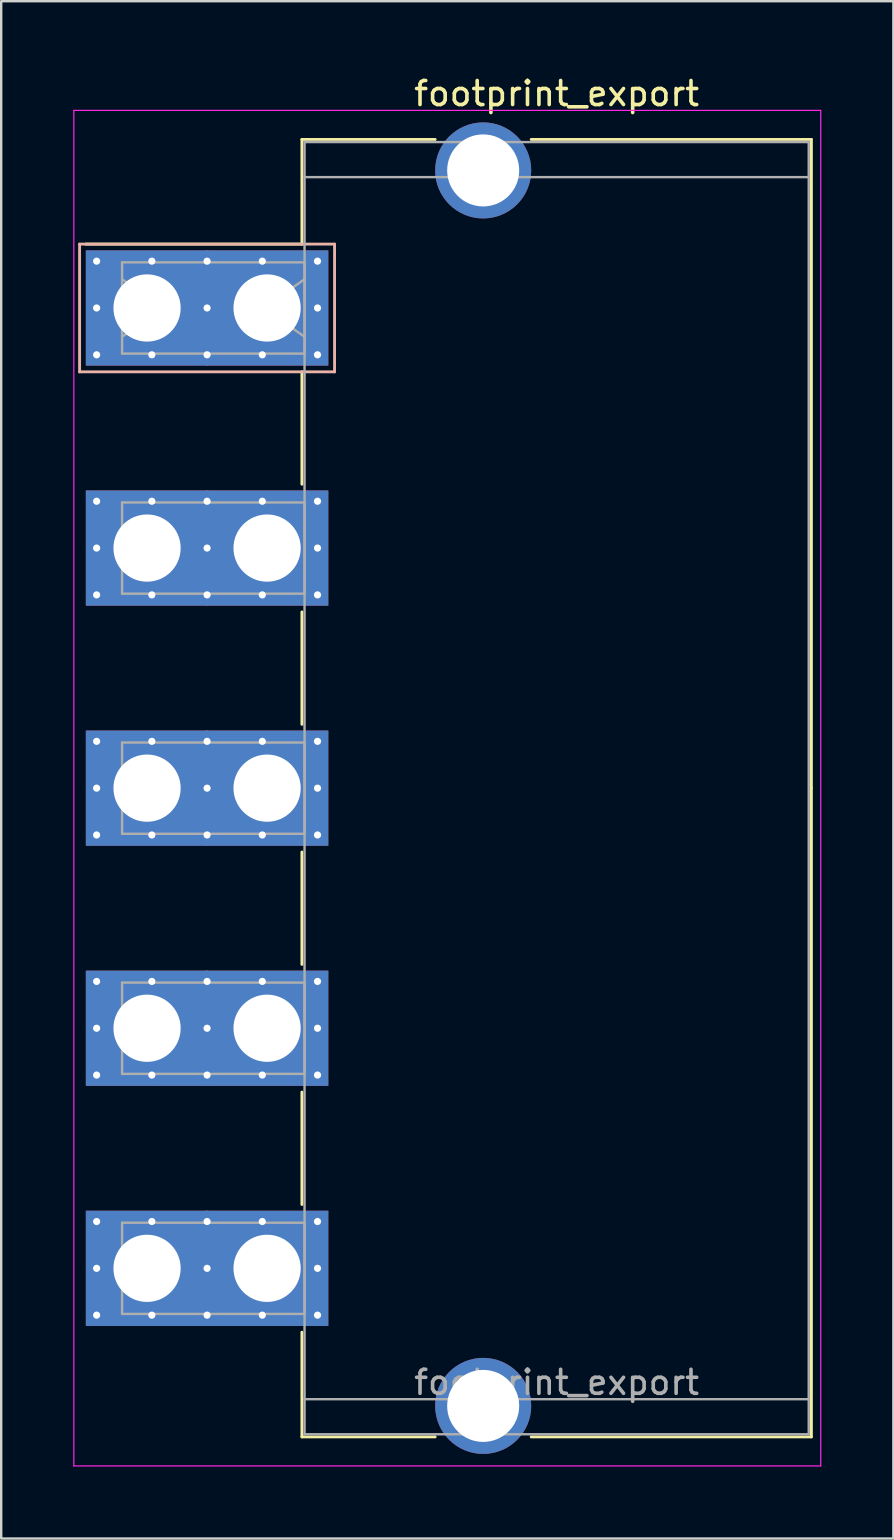
<source format=kicad_pcb>
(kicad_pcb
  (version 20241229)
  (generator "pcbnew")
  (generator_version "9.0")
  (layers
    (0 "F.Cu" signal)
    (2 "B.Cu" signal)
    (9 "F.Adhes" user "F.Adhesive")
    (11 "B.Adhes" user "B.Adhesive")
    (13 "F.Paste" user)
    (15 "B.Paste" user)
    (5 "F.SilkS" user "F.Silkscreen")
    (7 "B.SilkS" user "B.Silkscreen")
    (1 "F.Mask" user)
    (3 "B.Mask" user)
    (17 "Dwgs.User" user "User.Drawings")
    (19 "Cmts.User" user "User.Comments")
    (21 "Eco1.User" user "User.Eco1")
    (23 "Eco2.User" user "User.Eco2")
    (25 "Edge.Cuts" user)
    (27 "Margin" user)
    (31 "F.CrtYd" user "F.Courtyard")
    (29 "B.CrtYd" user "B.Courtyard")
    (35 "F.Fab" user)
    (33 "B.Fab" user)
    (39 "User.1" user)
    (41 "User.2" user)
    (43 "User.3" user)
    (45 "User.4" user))
  (footprint "footprint_export"
    (layer "F.Cu")
    (at 3.075 9.778)
    (property "Reference" "footprint_export" (at 17.06 -8.93 0) (layer "F.SilkS") (effects (font (size 1 1) (thickness 0.15))))
    (attr through_hole)
    (fp_line (start 6.45 -7.02) (end 12 -7.02) (stroke (width 0.12) (type solid)) (layer "F.SilkS"))
    (fp_line (start 6.45 -2.66) (end -2.55 -2.66) (stroke (width 0.12) (type solid)) (layer "F.SilkS"))
    (fp_line (start 6.45 -2.66) (end 6.45 -7.02) (stroke (width 0.12) (type solid)) (layer "F.SilkS"))
    (fp_line (start 6.45 2.66) (end 6.45 7.34) (stroke (width 0.12) (type solid)) (layer "F.SilkS"))
    (fp_line (start 6.45 12.66) (end 6.45 17.34) (stroke (width 0.12) (type solid)) (layer "F.SilkS"))
    (fp_line (start 6.45 22.66) (end 6.45 27.34) (stroke (width 0.12) (type solid)) (layer "F.SilkS"))
    (fp_line (start 6.45 32.66) (end 6.45 37.34) (stroke (width 0.12) (type solid)) (layer "F.SilkS"))
    (fp_line (start 6.45 42.66) (end 6.45 47.02) (stroke (width 0.12) (type solid)) (layer "F.SilkS"))
    (fp_line (start 6.45 47.02) (end 12 47.02) (stroke (width 0.12) (type solid)) (layer "F.SilkS"))
    (fp_line (start 16 -7.02) (end 27.67 -7.02) (stroke (width 0.12) (type solid)) (layer "F.SilkS"))
    (fp_line (start 16 47.02) (end 27.67 47.02) (stroke (width 0.12) (type solid)) (layer "F.SilkS"))
    (fp_line (start 27.67 -7.02) (end 27.67 20) (stroke (width 0.12) (type solid)) (layer "F.SilkS"))
    (fp_line (start 27.67 47.02) (end 27.67 20) (stroke (width 0.12) (type solid)) (layer "F.SilkS"))
    (fp_line (start -2.81 -2.66) (end -2.81 2.66) (stroke (width 0.12) (type solid)) (layer "B.SilkS"))
    (fp_line (start -2.81 2.66) (end 7.81 2.66) (stroke (width 0.12) (type solid)) (layer "B.SilkS"))
    (fp_line (start 7.81 -2.66) (end -2.81 -2.66) (stroke (width 0.12) (type solid)) (layer "B.SilkS"))
    (fp_line (start 7.81 2.66) (end 7.81 -2.66) (stroke (width 0.12) (type solid)) (layer "B.SilkS"))
    (fp_line (start -3.05 -8.23) (end -3.05 48.23) (stroke (width 0.05) (type solid)) (layer "F.CrtYd"))
    (fp_line (start -3.05 48.23) (end 28.06 48.23) (stroke (width 0.05) (type solid)) (layer "F.CrtYd"))
    (fp_line (start 28.06 -8.23) (end -3.05 -8.23) (stroke (width 0.05) (type solid)) (layer "F.CrtYd"))
    (fp_line (start 28.06 48.23) (end 28.06 -8.23) (stroke (width 0.05) (type solid)) (layer "F.CrtYd"))
    (fp_line (start -1.04 -1.9) (end 6.56 -1.9) (stroke (width 0.1) (type solid)) (layer "F.Fab"))
    (fp_line (start -1.04 -1.2) (end 0.657 0) (stroke (width 0.1) (type solid)) (layer "F.Fab"))
    (fp_line (start -1.04 1.9) (end -1.04 -1.9) (stroke (width 0.1) (type solid)) (layer "F.Fab"))
    (fp_line (start -1.04 8.1) (end 6.56 8.1) (stroke (width 0.1) (type solid)) (layer "F.Fab"))
    (fp_line (start -1.04 11.9) (end -1.04 8.1) (stroke (width 0.1) (type solid)) (layer "F.Fab"))
    (fp_line (start -1.04 18.1) (end 6.56 18.1) (stroke (width 0.1) (type solid)) (layer "F.Fab"))
    (fp_line (start -1.04 21.9) (end -1.04 18.1) (stroke (width 0.1) (type solid)) (layer "F.Fab"))
    (fp_line (start -1.04 28.1) (end 6.56 28.1) (stroke (width 0.1) (type solid)) (layer "F.Fab"))
    (fp_line (start -1.04 31.9) (end -1.04 28.1) (stroke (width 0.1) (type solid)) (layer "F.Fab"))
    (fp_line (start -1.04 38.1) (end 6.56 38.1) (stroke (width 0.1) (type solid)) (layer "F.Fab"))
    (fp_line (start -1.04 41.9) (end -1.04 38.1) (stroke (width 0.1) (type solid)) (layer "F.Fab"))
    (fp_line (start 0.657 0) (end -1.04 1.2) (stroke (width 0.1) (type solid)) (layer "F.Fab"))
    (fp_line (start 4.863 0) (end 6.56 1.2) (stroke (width 0.1) (type solid)) (layer "F.Fab"))
    (fp_line (start 6.56 -6.91) (end 6.56 46.91) (stroke (width 0.1) (type solid)) (layer "F.Fab"))
    (fp_line (start 6.56 -5.45) (end 27.56 -5.45) (stroke (width 0.1) (type solid)) (layer "F.Fab"))
    (fp_line (start 6.56 -1.9) (end 6.56 1.9) (stroke (width 0.1) (type solid)) (layer "F.Fab"))
    (fp_line (start 6.56 -1.2) (end 4.863 0) (stroke (width 0.1) (type solid)) (layer "F.Fab"))
    (fp_line (start 6.56 1.9) (end -1.04 1.9) (stroke (width 0.1) (type solid)) (layer "F.Fab"))
    (fp_line (start 6.56 8.1) (end 6.56 11.9) (stroke (width 0.1) (type solid)) (layer "F.Fab"))
    (fp_line (start 6.56 11.9) (end -1.04 11.9) (stroke (width 0.1) (type solid)) (layer "F.Fab"))
    (fp_line (start 6.56 18.1) (end 6.56 21.9) (stroke (width 0.1) (type solid)) (layer "F.Fab"))
    (fp_line (start 6.56 21.9) (end -1.04 21.9) (stroke (width 0.1) (type solid)) (layer "F.Fab"))
    (fp_line (start 6.56 28.1) (end 6.56 31.9) (stroke (width 0.1) (type solid)) (layer "F.Fab"))
    (fp_line (start 6.56 31.9) (end -1.04 31.9) (stroke (width 0.1) (type solid)) (layer "F.Fab"))
    (fp_line (start 6.56 38.1) (end 6.56 41.9) (stroke (width 0.1) (type solid)) (layer "F.Fab"))
    (fp_line (start 6.56 41.9) (end -1.04 41.9) (stroke (width 0.1) (type solid)) (layer "F.Fab"))
    (fp_line (start 6.56 45.45) (end 27.56 45.45) (stroke (width 0.1) (type solid)) (layer "F.Fab"))
    (fp_line (start 6.56 46.91) (end 27.56 46.91) (stroke (width 0.1) (type solid)) (layer "F.Fab"))
    (fp_line (start 27.56 -6.91) (end 6.56 -6.91) (stroke (width 0.1) (type solid)) (layer "F.Fab"))
    (fp_line (start 27.56 46.91) (end 27.56 -6.91) (stroke (width 0.1) (type solid)) (layer "F.Fab"))
    (fp_text user "${REFERENCE}" (at 17.06 44.75 0) (layer "F.Fab") (effects (font (size 1 1) (thickness 0.15))))
    (pad "" thru_hole circle (at 14 -5.73) (size 4 4) (drill 3) (layers "*.Cu" "*.Mask"))
    (pad "" thru_hole circle (at 14 45.73) (size 4 4) (drill 3) (layers "*.Cu" "*.Mask"))
    (pad "1" thru_hole roundrect (at -2.1 -1.95) (size 0.6 0.6) (drill 0.3) (layers "*.Cu" "*.Mask") (roundrect_rratio 0.25))
    (pad "1" thru_hole roundrect (at -2.1 0) (size 0.6 0.6) (drill 0.3) (layers "*.Cu" "*.Mask") (roundrect_rratio 0.25))
    (pad "1" thru_hole roundrect (at -2.1 1.95) (size 0.6 0.6) (drill 0.3) (layers "*.Cu" "*.Mask") (roundrect_rratio 0.25))
    (pad "1" thru_hole rect (at 0 0) (size 5.1 4.8) (drill 2.8) (layers "*.Cu" "*.Mask"))
    (pad "1" thru_hole roundrect (at 0.2 -1.95) (size 0.6 0.6) (drill 0.3) (layers "*.Cu" "*.Mask") (roundrect_rratio 0.25))
    (pad "1" thru_hole roundrect (at 0.2 1.95) (size 0.6 0.6) (drill 0.3) (layers "*.Cu" "*.Mask") (roundrect_rratio 0.25))
    (pad "1" thru_hole roundrect (at 2.5 -1.95) (size 0.6 0.6) (drill 0.3) (layers "*.Cu" "*.Mask") (roundrect_rratio 0.25))
    (pad "1" thru_hole roundrect (at 2.5 0) (size 0.6 0.6) (drill 0.3) (layers "*.Cu" "*.Mask") (roundrect_rratio 0.25))
    (pad "1" thru_hole roundrect (at 2.5 1.95) (size 0.6 0.6) (drill 0.3) (layers "*.Cu" "*.Mask") (roundrect_rratio 0.25))
    (pad "1" thru_hole roundrect (at 4.8 -1.95) (size 0.6 0.6) (drill 0.3) (layers "*.Cu" "*.Mask") (roundrect_rratio 0.25))
    (pad "1" thru_hole roundrect (at 4.8 1.95) (size 0.6 0.6) (drill 0.3) (layers "*.Cu" "*.Mask") (roundrect_rratio 0.25))
    (pad "1" thru_hole rect (at 5 0) (size 5.1 4.8) (drill 2.8) (layers "*.Cu" "*.Mask"))
    (pad "1" thru_hole roundrect (at 7.1 -1.95) (size 0.6 0.6) (drill 0.3) (layers "*.Cu" "*.Mask") (roundrect_rratio 0.25))
    (pad "1" thru_hole roundrect (at 7.1 0) (size 0.6 0.6) (drill 0.3) (layers "*.Cu" "*.Mask") (roundrect_rratio 0.25))
    (pad "1" thru_hole roundrect (at 7.1 1.95) (size 0.6 0.6) (drill 0.3) (layers "*.Cu" "*.Mask") (roundrect_rratio 0.25))
    (pad "2" thru_hole circle (at -2.1 8.05) (size 0.6 0.6) (drill 0.3) (layers "*.Cu" "*.Mask"))
    (pad "2" thru_hole circle (at -2.1 10) (size 0.6 0.6) (drill 0.3) (layers "*.Cu" "*.Mask"))
    (pad "2" thru_hole circle (at -2.1 11.95) (size 0.6 0.6) (drill 0.3) (layers "*.Cu" "*.Mask"))
    (pad "2" thru_hole rect (at 0 10) (size 5.1 4.8) (drill 2.8) (layers "*.Cu" "*.Mask"))
    (pad "2" thru_hole circle (at 0.2 8.05) (size 0.6 0.6) (drill 0.3) (layers "*.Cu" "*.Mask"))
    (pad "2" thru_hole circle (at 0.2 11.95) (size 0.6 0.6) (drill 0.3) (layers "*.Cu" "*.Mask"))
    (pad "2" thru_hole circle (at 2.5 8.05) (size 0.6 0.6) (drill 0.3) (layers "*.Cu" "*.Mask"))
    (pad "2" thru_hole circle (at 2.5 10) (size 0.6 0.6) (drill 0.3) (layers "*.Cu" "*.Mask"))
    (pad "2" thru_hole circle (at 2.5 11.95) (size 0.6 0.6) (drill 0.3) (layers "*.Cu" "*.Mask"))
    (pad "2" thru_hole circle (at 4.8 8.05) (size 0.6 0.6) (drill 0.3) (layers "*.Cu" "*.Mask"))
    (pad "2" thru_hole circle (at 4.8 11.95) (size 0.6 0.6) (drill 0.3) (layers "*.Cu" "*.Mask"))
    (pad "2" thru_hole rect (at 5 10) (size 5.1 4.8) (drill 2.8) (layers "*.Cu" "*.Mask"))
    (pad "2" thru_hole circle (at 7.1 8.05) (size 0.6 0.6) (drill 0.3) (layers "*.Cu" "*.Mask"))
    (pad "2" thru_hole circle (at 7.1 10) (size 0.6 0.6) (drill 0.3) (layers "*.Cu" "*.Mask"))
    (pad "2" thru_hole circle (at 7.1 11.95) (size 0.6 0.6) (drill 0.3) (layers "*.Cu" "*.Mask"))
    (pad "3" thru_hole circle (at -2.1 18.05) (size 0.6 0.6) (drill 0.3) (layers "*.Cu" "*.Mask"))
    (pad "3" thru_hole circle (at -2.1 20) (size 0.6 0.6) (drill 0.3) (layers "*.Cu" "*.Mask"))
    (pad "3" thru_hole circle (at -2.1 21.95) (size 0.6 0.6) (drill 0.3) (layers "*.Cu" "*.Mask"))
    (pad "3" thru_hole rect (at 0 20) (size 5.1 4.8) (drill 2.8) (layers "*.Cu" "*.Mask"))
    (pad "3" thru_hole circle (at 0.2 18.05) (size 0.6 0.6) (drill 0.3) (layers "*.Cu" "*.Mask"))
    (pad "3" thru_hole circle (at 0.2 21.95) (size 0.6 0.6) (drill 0.3) (layers "*.Cu" "*.Mask"))
    (pad "3" thru_hole circle (at 2.5 18.05) (size 0.6 0.6) (drill 0.3) (layers "*.Cu" "*.Mask"))
    (pad "3" thru_hole circle (at 2.5 20) (size 0.6 0.6) (drill 0.3) (layers "*.Cu" "*.Mask"))
    (pad "3" thru_hole circle (at 2.5 21.95) (size 0.6 0.6) (drill 0.3) (layers "*.Cu" "*.Mask"))
    (pad "3" thru_hole circle (at 4.8 18.05) (size 0.6 0.6) (drill 0.3) (layers "*.Cu" "*.Mask"))
    (pad "3" thru_hole circle (at 4.8 21.95) (size 0.6 0.6) (drill 0.3) (layers "*.Cu" "*.Mask"))
    (pad "3" thru_hole rect (at 5 20) (size 5.1 4.8) (drill 2.8) (layers "*.Cu" "*.Mask"))
    (pad "3" thru_hole circle (at 7.1 18.05) (size 0.6 0.6) (drill 0.3) (layers "*.Cu" "*.Mask"))
    (pad "3" thru_hole circle (at 7.1 20) (size 0.6 0.6) (drill 0.3) (layers "*.Cu" "*.Mask"))
    (pad "3" thru_hole circle (at 7.1 21.95) (size 0.6 0.6) (drill 0.3) (layers "*.Cu" "*.Mask"))
    (pad "4" thru_hole circle (at -2.1 28.05) (size 0.6 0.6) (drill 0.3) (layers "*.Cu" "*.Mask"))
    (pad "4" thru_hole circle (at -2.1 30) (size 0.6 0.6) (drill 0.3) (layers "*.Cu" "*.Mask"))
    (pad "4" thru_hole circle (at -2.1 31.95) (size 0.6 0.6) (drill 0.3) (layers "*.Cu" "*.Mask"))
    (pad "4" thru_hole rect (at 0 30) (size 5.1 4.8) (drill 2.8) (layers "*.Cu" "*.Mask"))
    (pad "4" thru_hole circle (at 0.2 28.05) (size 0.6 0.6) (drill 0.3) (layers "*.Cu" "*.Mask"))
    (pad "4" thru_hole circle (at 0.2 31.95) (size 0.6 0.6) (drill 0.3) (layers "*.Cu" "*.Mask"))
    (pad "4" thru_hole circle (at 2.5 28.05) (size 0.6 0.6) (drill 0.3) (layers "*.Cu" "*.Mask"))
    (pad "4" thru_hole circle (at 2.5 30) (size 0.6 0.6) (drill 0.3) (layers "*.Cu" "*.Mask"))
    (pad "4" thru_hole circle (at 2.5 31.95) (size 0.6 0.6) (drill 0.3) (layers "*.Cu" "*.Mask"))
    (pad "4" thru_hole circle (at 4.8 28.05) (size 0.6 0.6) (drill 0.3) (layers "*.Cu" "*.Mask"))
    (pad "4" thru_hole circle (at 4.8 31.95) (size 0.6 0.6) (drill 0.3) (layers "*.Cu" "*.Mask"))
    (pad "4" thru_hole rect (at 5 30) (size 5.1 4.8) (drill 2.8) (layers "*.Cu" "*.Mask"))
    (pad "4" thru_hole circle (at 7.1 28.05) (size 0.6 0.6) (drill 0.3) (layers "*.Cu" "*.Mask"))
    (pad "4" thru_hole circle (at 7.1 30) (size 0.6 0.6) (drill 0.3) (layers "*.Cu" "*.Mask"))
    (pad "4" thru_hole circle (at 7.1 31.95) (size 0.6 0.6) (drill 0.3) (layers "*.Cu" "*.Mask"))
    (pad "5" thru_hole circle (at -2.1 38.05) (size 0.6 0.6) (drill 0.3) (layers "*.Cu" "*.Mask"))
    (pad "5" thru_hole circle (at -2.1 40) (size 0.6 0.6) (drill 0.3) (layers "*.Cu" "*.Mask"))
    (pad "5" thru_hole circle (at -2.1 41.95) (size 0.6 0.6) (drill 0.3) (layers "*.Cu" "*.Mask"))
    (pad "5" thru_hole rect (at 0 40) (size 5.1 4.8) (drill 2.8) (layers "*.Cu" "*.Mask"))
    (pad "5" thru_hole circle (at 0.2 38.05) (size 0.6 0.6) (drill 0.3) (layers "*.Cu" "*.Mask"))
    (pad "5" thru_hole circle (at 0.2 41.95) (size 0.6 0.6) (drill 0.3) (layers "*.Cu" "*.Mask"))
    (pad "5" thru_hole circle (at 2.5 38.05) (size 0.6 0.6) (drill 0.3) (layers "*.Cu" "*.Mask"))
    (pad "5" thru_hole circle (at 2.5 40) (size 0.6 0.6) (drill 0.3) (layers "*.Cu" "*.Mask"))
    (pad "5" thru_hole circle (at 2.5 41.95) (size 0.6 0.6) (drill 0.3) (layers "*.Cu" "*.Mask"))
    (pad "5" thru_hole circle (at 4.8 38.05) (size 0.6 0.6) (drill 0.3) (layers "*.Cu" "*.Mask"))
    (pad "5" thru_hole circle (at 4.8 41.95) (size 0.6 0.6) (drill 0.3) (layers "*.Cu" "*.Mask"))
    (pad "5" thru_hole rect (at 5 40) (size 5.1 4.8) (drill 2.8) (layers "*.Cu" "*.Mask"))
    (pad "5" thru_hole circle (at 7.1 38.05) (size 0.6 0.6) (drill 0.3) (layers "*.Cu" "*.Mask"))
    (pad "5" thru_hole circle (at 7.1 40) (size 0.6 0.6) (drill 0.3) (layers "*.Cu" "*.Mask"))
    (pad "5" thru_hole circle (at 7.1 41.95) (size 0.6 0.6) (drill 0.3) (layers "*.Cu" "*.Mask")))
  (gr_rect
    (start -3 -3)
    (end 34.16 61.033)
    (stroke (width 0.1) (type default))
    (fill no)
    (layer "Edge.Cuts")))
</source>
